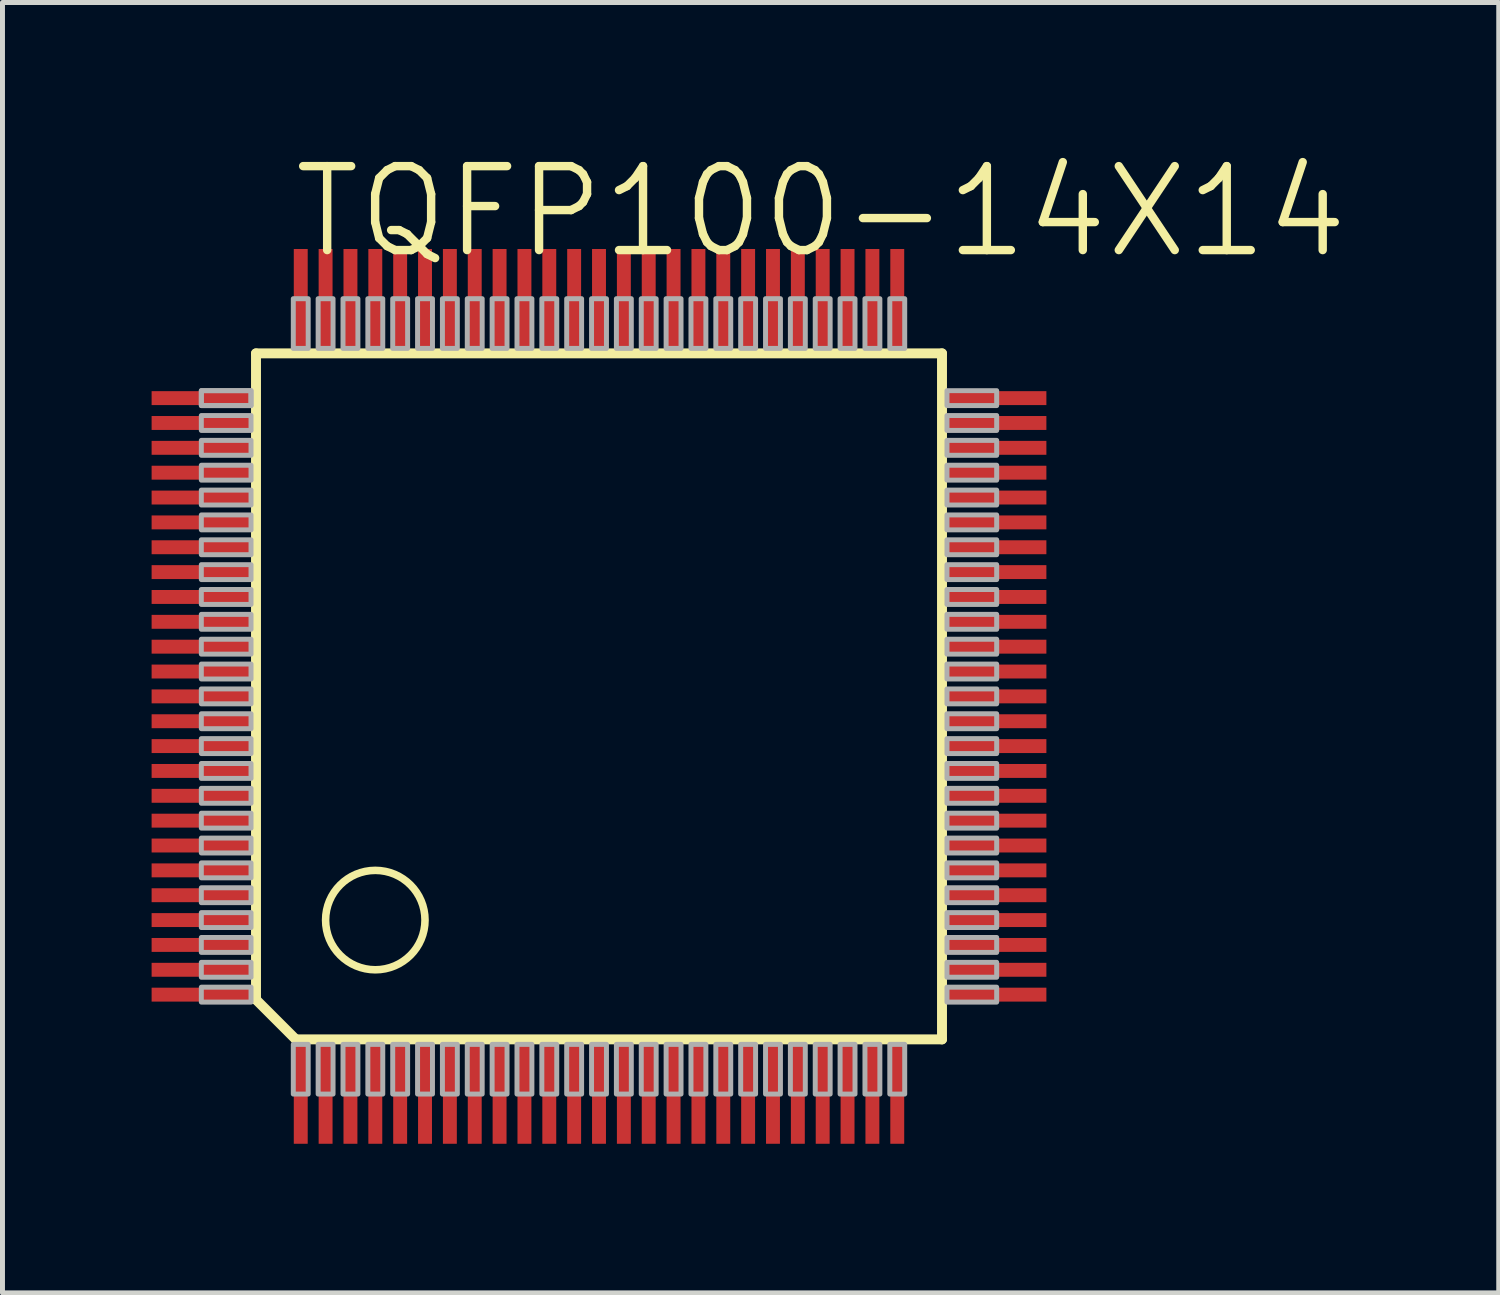
<source format=kicad_pcb>
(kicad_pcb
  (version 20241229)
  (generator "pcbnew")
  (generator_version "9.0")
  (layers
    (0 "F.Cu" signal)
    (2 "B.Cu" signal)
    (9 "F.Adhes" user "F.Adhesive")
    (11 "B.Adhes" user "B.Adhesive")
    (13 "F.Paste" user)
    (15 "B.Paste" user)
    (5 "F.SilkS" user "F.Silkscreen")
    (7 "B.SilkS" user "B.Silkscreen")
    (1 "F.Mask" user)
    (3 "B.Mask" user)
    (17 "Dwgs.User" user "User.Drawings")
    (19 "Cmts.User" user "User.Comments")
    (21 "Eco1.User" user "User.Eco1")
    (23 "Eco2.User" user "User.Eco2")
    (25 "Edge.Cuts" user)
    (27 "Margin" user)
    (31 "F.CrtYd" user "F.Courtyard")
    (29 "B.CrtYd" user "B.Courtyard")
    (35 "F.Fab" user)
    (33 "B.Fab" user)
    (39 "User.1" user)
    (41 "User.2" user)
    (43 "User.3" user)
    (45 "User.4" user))
  (footprint "TQFP100-14X14"
    (layer "F.Cu")
    (at 9 10.959)
    (property "Reference" "TQFP100-14X14" (at -6.223 -8.763 0) (layer "F.SilkS") (effects (font (size 1.689 1.689) (thickness 0.169)) (justify left bottom)))
    (attr through_hole)
    (fp_line (start -6.9 -6.9) (end 6.9 -6.9) (stroke (width 0.2) (type solid)) (layer "F.SilkS"))
    (fp_line (start -6.9 6.1) (end -6.9 -6.9) (stroke (width 0.2) (type solid)) (layer "F.SilkS"))
    (fp_line (start -6.1 6.9) (end -6.9 6.1) (stroke (width 0.2) (type solid)) (layer "F.SilkS"))
    (fp_line (start 6.9 -6.9) (end 6.9 6.9) (stroke (width 0.2) (type solid)) (layer "F.SilkS"))
    (fp_line (start 6.9 6.9) (end -6.1 6.9) (stroke (width 0.2) (type solid)) (layer "F.SilkS"))
    (fp_circle (center -4.5 4.5) (end -3.5 4.5) (stroke (width 0.152) (type solid)) (fill no) (layer "F.SilkS"))
    (fp_poly (pts (xy -8 -5.85) (xy -7 -5.85) (xy -7 -6.15) (xy -8 -6.15)) (stroke (width 0.1) (type solid)) (fill no) (layer "F.Fab"))
    (fp_poly (pts (xy -8 -5.85) (xy -7 -5.85) (xy -7 -6.15) (xy -8 -6.15)) (stroke (width 0.1) (type solid)) (fill no) (layer "F.Fab"))
    (fp_poly (pts (xy -8 -5.35) (xy -7 -5.35) (xy -7 -5.65) (xy -8 -5.65)) (stroke (width 0.1) (type solid)) (fill no) (layer "F.Fab"))
    (fp_poly (pts (xy -8 -4.85) (xy -7 -4.85) (xy -7 -5.15) (xy -8 -5.15)) (stroke (width 0.1) (type solid)) (fill no) (layer "F.Fab"))
    (fp_poly (pts (xy -8 -4.35) (xy -7 -4.35) (xy -7 -4.65) (xy -8 -4.65)) (stroke (width 0.1) (type solid)) (fill no) (layer "F.Fab"))
    (fp_poly (pts (xy -8 -3.85) (xy -7 -3.85) (xy -7 -4.15) (xy -8 -4.15)) (stroke (width 0.1) (type solid)) (fill no) (layer "F.Fab"))
    (fp_poly (pts (xy -8 -3.35) (xy -7 -3.35) (xy -7 -3.65) (xy -8 -3.65)) (stroke (width 0.1) (type solid)) (fill no) (layer "F.Fab"))
    (fp_poly (pts (xy -8 -2.85) (xy -7 -2.85) (xy -7 -3.15) (xy -8 -3.15)) (stroke (width 0.1) (type solid)) (fill no) (layer "F.Fab"))
    (fp_poly (pts (xy -8 -2.35) (xy -7 -2.35) (xy -7 -2.65) (xy -8 -2.65)) (stroke (width 0.1) (type solid)) (fill no) (layer "F.Fab"))
    (fp_poly (pts (xy -8 -1.85) (xy -7 -1.85) (xy -7 -2.15) (xy -8 -2.15)) (stroke (width 0.1) (type solid)) (fill no) (layer "F.Fab"))
    (fp_poly (pts (xy -8 -1.35) (xy -7 -1.35) (xy -7 -1.65) (xy -8 -1.65)) (stroke (width 0.1) (type solid)) (fill no) (layer "F.Fab"))
    (fp_poly (pts (xy -8 -0.85) (xy -7 -0.85) (xy -7 -1.15) (xy -8 -1.15)) (stroke (width 0.1) (type solid)) (fill no) (layer "F.Fab"))
    (fp_poly (pts (xy -8 -0.35) (xy -7 -0.35) (xy -7 -0.65) (xy -8 -0.65)) (stroke (width 0.1) (type solid)) (fill no) (layer "F.Fab"))
    (fp_poly (pts (xy -8 0.15) (xy -7 0.15) (xy -7 -0.15) (xy -8 -0.15)) (stroke (width 0.1) (type solid)) (fill no) (layer "F.Fab"))
    (fp_poly (pts (xy -8 0.65) (xy -7 0.65) (xy -7 0.35) (xy -8 0.35)) (stroke (width 0.1) (type solid)) (fill no) (layer "F.Fab"))
    (fp_poly (pts (xy -8 1.15) (xy -7 1.15) (xy -7 0.85) (xy -8 0.85)) (stroke (width 0.1) (type solid)) (fill no) (layer "F.Fab"))
    (fp_poly (pts (xy -8 1.65) (xy -7 1.65) (xy -7 1.35) (xy -8 1.35)) (stroke (width 0.1) (type solid)) (fill no) (layer "F.Fab"))
    (fp_poly (pts (xy -8 2.15) (xy -7 2.15) (xy -7 1.85) (xy -8 1.85)) (stroke (width 0.1) (type solid)) (fill no) (layer "F.Fab"))
    (fp_poly (pts (xy -8 2.65) (xy -7 2.65) (xy -7 2.35) (xy -8 2.35)) (stroke (width 0.1) (type solid)) (fill no) (layer "F.Fab"))
    (fp_poly (pts (xy -8 3.15) (xy -7 3.15) (xy -7 2.85) (xy -8 2.85)) (stroke (width 0.1) (type solid)) (fill no) (layer "F.Fab"))
    (fp_poly (pts (xy -8 3.65) (xy -7 3.65) (xy -7 3.35) (xy -8 3.35)) (stroke (width 0.1) (type solid)) (fill no) (layer "F.Fab"))
    (fp_poly (pts (xy -8 4.15) (xy -7 4.15) (xy -7 3.85) (xy -8 3.85)) (stroke (width 0.1) (type solid)) (fill no) (layer "F.Fab"))
    (fp_poly (pts (xy -8 4.65) (xy -7 4.65) (xy -7 4.35) (xy -8 4.35)) (stroke (width 0.1) (type solid)) (fill no) (layer "F.Fab"))
    (fp_poly (pts (xy -8 5.15) (xy -7 5.15) (xy -7 4.85) (xy -8 4.85)) (stroke (width 0.1) (type solid)) (fill no) (layer "F.Fab"))
    (fp_poly (pts (xy -8 5.65) (xy -7 5.65) (xy -7 5.35) (xy -8 5.35)) (stroke (width 0.1) (type solid)) (fill no) (layer "F.Fab"))
    (fp_poly (pts (xy -8 6.15) (xy -7 6.15) (xy -7 5.85) (xy -8 5.85)) (stroke (width 0.1) (type solid)) (fill no) (layer "F.Fab"))
    (fp_poly (pts (xy -6.15 -7) (xy -5.85 -7) (xy -5.85 -8) (xy -6.15 -8)) (stroke (width 0.1) (type solid)) (fill no) (layer "F.Fab"))
    (fp_poly (pts (xy -6.15 8) (xy -5.85 8) (xy -5.85 7) (xy -6.15 7)) (stroke (width 0.1) (type solid)) (fill no) (layer "F.Fab"))
    (fp_poly (pts (xy -5.65 -7) (xy -5.35 -7) (xy -5.35 -8) (xy -5.65 -8)) (stroke (width 0.1) (type solid)) (fill no) (layer "F.Fab"))
    (fp_poly (pts (xy -5.65 8) (xy -5.35 8) (xy -5.35 7) (xy -5.65 7)) (stroke (width 0.1) (type solid)) (fill no) (layer "F.Fab"))
    (fp_poly (pts (xy -5.15 -7) (xy -4.85 -7) (xy -4.85 -8) (xy -5.15 -8)) (stroke (width 0.1) (type solid)) (fill no) (layer "F.Fab"))
    (fp_poly (pts (xy -5.15 8) (xy -4.85 8) (xy -4.85 7) (xy -5.15 7)) (stroke (width 0.1) (type solid)) (fill no) (layer "F.Fab"))
    (fp_poly (pts (xy -4.65 -7) (xy -4.35 -7) (xy -4.35 -8) (xy -4.65 -8)) (stroke (width 0.1) (type solid)) (fill no) (layer "F.Fab"))
    (fp_poly (pts (xy -4.65 8) (xy -4.35 8) (xy -4.35 7) (xy -4.65 7)) (stroke (width 0.1) (type solid)) (fill no) (layer "F.Fab"))
    (fp_poly (pts (xy -4.15 -7) (xy -3.85 -7) (xy -3.85 -8) (xy -4.15 -8)) (stroke (width 0.1) (type solid)) (fill no) (layer "F.Fab"))
    (fp_poly (pts (xy -4.15 8) (xy -3.85 8) (xy -3.85 7) (xy -4.15 7)) (stroke (width 0.1) (type solid)) (fill no) (layer "F.Fab"))
    (fp_poly (pts (xy -3.65 -7) (xy -3.35 -7) (xy -3.35 -8) (xy -3.65 -8)) (stroke (width 0.1) (type solid)) (fill no) (layer "F.Fab"))
    (fp_poly (pts (xy -3.65 8) (xy -3.35 8) (xy -3.35 7) (xy -3.65 7)) (stroke (width 0.1) (type solid)) (fill no) (layer "F.Fab"))
    (fp_poly (pts (xy -3.15 -7) (xy -2.85 -7) (xy -2.85 -8) (xy -3.15 -8)) (stroke (width 0.1) (type solid)) (fill no) (layer "F.Fab"))
    (fp_poly (pts (xy -3.15 8) (xy -2.85 8) (xy -2.85 7) (xy -3.15 7)) (stroke (width 0.1) (type solid)) (fill no) (layer "F.Fab"))
    (fp_poly (pts (xy -2.65 -7) (xy -2.35 -7) (xy -2.35 -8) (xy -2.65 -8)) (stroke (width 0.1) (type solid)) (fill no) (layer "F.Fab"))
    (fp_poly (pts (xy -2.65 8) (xy -2.35 8) (xy -2.35 7) (xy -2.65 7)) (stroke (width 0.1) (type solid)) (fill no) (layer "F.Fab"))
    (fp_poly (pts (xy -2.15 -7) (xy -1.85 -7) (xy -1.85 -8) (xy -2.15 -8)) (stroke (width 0.1) (type solid)) (fill no) (layer "F.Fab"))
    (fp_poly (pts (xy -2.15 8) (xy -1.85 8) (xy -1.85 7) (xy -2.15 7)) (stroke (width 0.1) (type solid)) (fill no) (layer "F.Fab"))
    (fp_poly (pts (xy -1.65 -7) (xy -1.35 -7) (xy -1.35 -8) (xy -1.65 -8)) (stroke (width 0.1) (type solid)) (fill no) (layer "F.Fab"))
    (fp_poly (pts (xy -1.65 8) (xy -1.35 8) (xy -1.35 7) (xy -1.65 7)) (stroke (width 0.1) (type solid)) (fill no) (layer "F.Fab"))
    (fp_poly (pts (xy -1.15 -7) (xy -0.85 -7) (xy -0.85 -8) (xy -1.15 -8)) (stroke (width 0.1) (type solid)) (fill no) (layer "F.Fab"))
    (fp_poly (pts (xy -1.15 8) (xy -0.85 8) (xy -0.85 7) (xy -1.15 7)) (stroke (width 0.1) (type solid)) (fill no) (layer "F.Fab"))
    (fp_poly (pts (xy -0.65 -7) (xy -0.35 -7) (xy -0.35 -8) (xy -0.65 -8)) (stroke (width 0.1) (type solid)) (fill no) (layer "F.Fab"))
    (fp_poly (pts (xy -0.65 8) (xy -0.35 8) (xy -0.35 7) (xy -0.65 7)) (stroke (width 0.1) (type solid)) (fill no) (layer "F.Fab"))
    (fp_poly (pts (xy -0.15 -7) (xy 0.15 -7) (xy 0.15 -8) (xy -0.15 -8)) (stroke (width 0.1) (type solid)) (fill no) (layer "F.Fab"))
    (fp_poly (pts (xy -0.15 8) (xy 0.15 8) (xy 0.15 7) (xy -0.15 7)) (stroke (width 0.1) (type solid)) (fill no) (layer "F.Fab"))
    (fp_poly (pts (xy 0.35 -7) (xy 0.65 -7) (xy 0.65 -8) (xy 0.35 -8)) (stroke (width 0.1) (type solid)) (fill no) (layer "F.Fab"))
    (fp_poly (pts (xy 0.35 8) (xy 0.65 8) (xy 0.65 7) (xy 0.35 7)) (stroke (width 0.1) (type solid)) (fill no) (layer "F.Fab"))
    (fp_poly (pts (xy 0.85 -7) (xy 1.15 -7) (xy 1.15 -8) (xy 0.85 -8)) (stroke (width 0.1) (type solid)) (fill no) (layer "F.Fab"))
    (fp_poly (pts (xy 0.85 8) (xy 1.15 8) (xy 1.15 7) (xy 0.85 7)) (stroke (width 0.1) (type solid)) (fill no) (layer "F.Fab"))
    (fp_poly (pts (xy 1.35 -7) (xy 1.65 -7) (xy 1.65 -8) (xy 1.35 -8)) (stroke (width 0.1) (type solid)) (fill no) (layer "F.Fab"))
    (fp_poly (pts (xy 1.35 8) (xy 1.65 8) (xy 1.65 7) (xy 1.35 7)) (stroke (width 0.1) (type solid)) (fill no) (layer "F.Fab"))
    (fp_poly (pts (xy 1.85 -7) (xy 2.15 -7) (xy 2.15 -8) (xy 1.85 -8)) (stroke (width 0.1) (type solid)) (fill no) (layer "F.Fab"))
    (fp_poly (pts (xy 1.85 8) (xy 2.15 8) (xy 2.15 7) (xy 1.85 7)) (stroke (width 0.1) (type solid)) (fill no) (layer "F.Fab"))
    (fp_poly (pts (xy 2.35 -7) (xy 2.65 -7) (xy 2.65 -8) (xy 2.35 -8)) (stroke (width 0.1) (type solid)) (fill no) (layer "F.Fab"))
    (fp_poly (pts (xy 2.35 8) (xy 2.65 8) (xy 2.65 7) (xy 2.35 7)) (stroke (width 0.1) (type solid)) (fill no) (layer "F.Fab"))
    (fp_poly (pts (xy 2.85 -7) (xy 3.15 -7) (xy 3.15 -8) (xy 2.85 -8)) (stroke (width 0.1) (type solid)) (fill no) (layer "F.Fab"))
    (fp_poly (pts (xy 2.85 8) (xy 3.15 8) (xy 3.15 7) (xy 2.85 7)) (stroke (width 0.1) (type solid)) (fill no) (layer "F.Fab"))
    (fp_poly (pts (xy 3.35 -7) (xy 3.65 -7) (xy 3.65 -8) (xy 3.35 -8)) (stroke (width 0.1) (type solid)) (fill no) (layer "F.Fab"))
    (fp_poly (pts (xy 3.35 8) (xy 3.65 8) (xy 3.65 7) (xy 3.35 7)) (stroke (width 0.1) (type solid)) (fill no) (layer "F.Fab"))
    (fp_poly (pts (xy 3.85 -7) (xy 4.15 -7) (xy 4.15 -8) (xy 3.85 -8)) (stroke (width 0.1) (type solid)) (fill no) (layer "F.Fab"))
    (fp_poly (pts (xy 3.85 8) (xy 4.15 8) (xy 4.15 7) (xy 3.85 7)) (stroke (width 0.1) (type solid)) (fill no) (layer "F.Fab"))
    (fp_poly (pts (xy 4.35 -7) (xy 4.65 -7) (xy 4.65 -8) (xy 4.35 -8)) (stroke (width 0.1) (type solid)) (fill no) (layer "F.Fab"))
    (fp_poly (pts (xy 4.35 8) (xy 4.65 8) (xy 4.65 7) (xy 4.35 7)) (stroke (width 0.1) (type solid)) (fill no) (layer "F.Fab"))
    (fp_poly (pts (xy 4.85 -7) (xy 5.15 -7) (xy 5.15 -8) (xy 4.85 -8)) (stroke (width 0.1) (type solid)) (fill no) (layer "F.Fab"))
    (fp_poly (pts (xy 4.85 8) (xy 5.15 8) (xy 5.15 7) (xy 4.85 7)) (stroke (width 0.1) (type solid)) (fill no) (layer "F.Fab"))
    (fp_poly (pts (xy 5.35 -7) (xy 5.65 -7) (xy 5.65 -8) (xy 5.35 -8)) (stroke (width 0.1) (type solid)) (fill no) (layer "F.Fab"))
    (fp_poly (pts (xy 5.35 8) (xy 5.65 8) (xy 5.65 7) (xy 5.35 7)) (stroke (width 0.1) (type solid)) (fill no) (layer "F.Fab"))
    (fp_poly (pts (xy 5.85 -7) (xy 6.15 -7) (xy 6.15 -8) (xy 5.85 -8)) (stroke (width 0.1) (type solid)) (fill no) (layer "F.Fab"))
    (fp_poly (pts (xy 5.85 8) (xy 6.15 8) (xy 6.15 7) (xy 5.85 7)) (stroke (width 0.1) (type solid)) (fill no) (layer "F.Fab"))
    (fp_poly (pts (xy 7 -5.85) (xy 8 -5.85) (xy 8 -6.15) (xy 7 -6.15)) (stroke (width 0.1) (type solid)) (fill no) (layer "F.Fab"))
    (fp_poly (pts (xy 7 -5.35) (xy 8 -5.35) (xy 8 -5.65) (xy 7 -5.65)) (stroke (width 0.1) (type solid)) (fill no) (layer "F.Fab"))
    (fp_poly (pts (xy 7 -4.85) (xy 8 -4.85) (xy 8 -5.15) (xy 7 -5.15)) (stroke (width 0.1) (type solid)) (fill no) (layer "F.Fab"))
    (fp_poly (pts (xy 7 -4.35) (xy 8 -4.35) (xy 8 -4.65) (xy 7 -4.65)) (stroke (width 0.1) (type solid)) (fill no) (layer "F.Fab"))
    (fp_poly (pts (xy 7 -3.85) (xy 8 -3.85) (xy 8 -4.15) (xy 7 -4.15)) (stroke (width 0.1) (type solid)) (fill no) (layer "F.Fab"))
    (fp_poly (pts (xy 7 -3.35) (xy 8 -3.35) (xy 8 -3.65) (xy 7 -3.65)) (stroke (width 0.1) (type solid)) (fill no) (layer "F.Fab"))
    (fp_poly (pts (xy 7 -2.85) (xy 8 -2.85) (xy 8 -3.15) (xy 7 -3.15)) (stroke (width 0.1) (type solid)) (fill no) (layer "F.Fab"))
    (fp_poly (pts (xy 7 -2.35) (xy 8 -2.35) (xy 8 -2.65) (xy 7 -2.65)) (stroke (width 0.1) (type solid)) (fill no) (layer "F.Fab"))
    (fp_poly (pts (xy 7 -1.85) (xy 8 -1.85) (xy 8 -2.15) (xy 7 -2.15)) (stroke (width 0.1) (type solid)) (fill no) (layer "F.Fab"))
    (fp_poly (pts (xy 7 -1.35) (xy 8 -1.35) (xy 8 -1.65) (xy 7 -1.65)) (stroke (width 0.1) (type solid)) (fill no) (layer "F.Fab"))
    (fp_poly (pts (xy 7 -0.85) (xy 8 -0.85) (xy 8 -1.15) (xy 7 -1.15)) (stroke (width 0.1) (type solid)) (fill no) (layer "F.Fab"))
    (fp_poly (pts (xy 7 -0.35) (xy 8 -0.35) (xy 8 -0.65) (xy 7 -0.65)) (stroke (width 0.1) (type solid)) (fill no) (layer "F.Fab"))
    (fp_poly (pts (xy 7 0.15) (xy 8 0.15) (xy 8 -0.15) (xy 7 -0.15)) (stroke (width 0.1) (type solid)) (fill no) (layer "F.Fab"))
    (fp_poly (pts (xy 7 0.65) (xy 8 0.65) (xy 8 0.35) (xy 7 0.35)) (stroke (width 0.1) (type solid)) (fill no) (layer "F.Fab"))
    (fp_poly (pts (xy 7 1.15) (xy 8 1.15) (xy 8 0.85) (xy 7 0.85)) (stroke (width 0.1) (type solid)) (fill no) (layer "F.Fab"))
    (fp_poly (pts (xy 7 1.65) (xy 8 1.65) (xy 8 1.35) (xy 7 1.35)) (stroke (width 0.1) (type solid)) (fill no) (layer "F.Fab"))
    (fp_poly (pts (xy 7 2.15) (xy 8 2.15) (xy 8 1.85) (xy 7 1.85)) (stroke (width 0.1) (type solid)) (fill no) (layer "F.Fab"))
    (fp_poly (pts (xy 7 2.65) (xy 8 2.65) (xy 8 2.35) (xy 7 2.35)) (stroke (width 0.1) (type solid)) (fill no) (layer "F.Fab"))
    (fp_poly (pts (xy 7 3.15) (xy 8 3.15) (xy 8 2.85) (xy 7 2.85)) (stroke (width 0.1) (type solid)) (fill no) (layer "F.Fab"))
    (fp_poly (pts (xy 7 3.65) (xy 8 3.65) (xy 8 3.35) (xy 7 3.35)) (stroke (width 0.1) (type solid)) (fill no) (layer "F.Fab"))
    (fp_poly (pts (xy 7 4.15) (xy 8 4.15) (xy 8 3.85) (xy 7 3.85)) (stroke (width 0.1) (type solid)) (fill no) (layer "F.Fab"))
    (fp_poly (pts (xy 7 4.65) (xy 8 4.65) (xy 8 4.35) (xy 7 4.35)) (stroke (width 0.1) (type solid)) (fill no) (layer "F.Fab"))
    (fp_poly (pts (xy 7 5.15) (xy 8 5.15) (xy 8 4.85) (xy 7 4.85)) (stroke (width 0.1) (type solid)) (fill no) (layer "F.Fab"))
    (fp_poly (pts (xy 7 5.65) (xy 8 5.65) (xy 8 5.35) (xy 7 5.35)) (stroke (width 0.1) (type solid)) (fill no) (layer "F.Fab"))
    (fp_poly (pts (xy 7 6.15) (xy 8 6.15) (xy 8 5.85) (xy 7 5.85)) (stroke (width 0.1) (type solid)) (fill no) (layer "F.Fab"))
    (pad "1" smd rect (at -6 8) (size 0.28 2) (layers "F.Cu" "F.Mask" "F.Paste"))
    (pad "2" smd rect (at -5.5 8) (size 0.28 2) (layers "F.Cu" "F.Mask" "F.Paste"))
    (pad "3" smd rect (at -5 8) (size 0.28 2) (layers "F.Cu" "F.Mask" "F.Paste"))
    (pad "4" smd rect (at -4.5 8) (size 0.28 2) (layers "F.Cu" "F.Mask" "F.Paste"))
    (pad "5" smd rect (at -4 8) (size 0.28 2) (layers "F.Cu" "F.Mask" "F.Paste"))
    (pad "6" smd rect (at -3.5 8) (size 0.28 2) (layers "F.Cu" "F.Mask" "F.Paste"))
    (pad "7" smd rect (at -3 8) (size 0.28 2) (layers "F.Cu" "F.Mask" "F.Paste"))
    (pad "8" smd rect (at -2.5 8) (size 0.28 2) (layers "F.Cu" "F.Mask" "F.Paste"))
    (pad "9" smd rect (at -2 8) (size 0.28 2) (layers "F.Cu" "F.Mask" "F.Paste"))
    (pad "10" smd rect (at -1.5 8) (size 0.28 2) (layers "F.Cu" "F.Mask" "F.Paste"))
    (pad "11" smd rect (at -1 8) (size 0.28 2) (layers "F.Cu" "F.Mask" "F.Paste"))
    (pad "12" smd rect (at -0.5 8) (size 0.28 2) (layers "F.Cu" "F.Mask" "F.Paste"))
    (pad "13" smd rect (at 0 8) (size 0.28 2) (layers "F.Cu" "F.Mask" "F.Paste"))
    (pad "14" smd rect (at 0.5 8) (size 0.28 2) (layers "F.Cu" "F.Mask" "F.Paste"))
    (pad "15" smd rect (at 1 8) (size 0.28 2) (layers "F.Cu" "F.Mask" "F.Paste"))
    (pad "16" smd rect (at 1.5 8) (size 0.28 2) (layers "F.Cu" "F.Mask" "F.Paste"))
    (pad "17" smd rect (at 2 8) (size 0.28 2) (layers "F.Cu" "F.Mask" "F.Paste"))
    (pad "18" smd rect (at 2.5 8) (size 0.28 2) (layers "F.Cu" "F.Mask" "F.Paste"))
    (pad "19" smd rect (at 3 8) (size 0.28 2) (layers "F.Cu" "F.Mask" "F.Paste"))
    (pad "20" smd rect (at 3.5 8) (size 0.28 2) (layers "F.Cu" "F.Mask" "F.Paste"))
    (pad "21" smd rect (at 4 8) (size 0.28 2) (layers "F.Cu" "F.Mask" "F.Paste"))
    (pad "22" smd rect (at 4.5 8) (size 0.28 2) (layers "F.Cu" "F.Mask" "F.Paste"))
    (pad "23" smd rect (at 5 8) (size 0.28 2) (layers "F.Cu" "F.Mask" "F.Paste"))
    (pad "24" smd rect (at 5.5 8) (size 0.28 2) (layers "F.Cu" "F.Mask" "F.Paste"))
    (pad "25" smd rect (at 6 8) (size 0.28 2) (layers "F.Cu" "F.Mask" "F.Paste"))
    (pad "26" smd rect (at 8 6) (size 2 0.28) (layers "F.Cu" "F.Mask" "F.Paste"))
    (pad "27" smd rect (at 8 5.5) (size 2 0.28) (layers "F.Cu" "F.Mask" "F.Paste"))
    (pad "28" smd rect (at 8 5) (size 2 0.28) (layers "F.Cu" "F.Mask" "F.Paste"))
    (pad "29" smd rect (at 8 4.5) (size 2 0.28) (layers "F.Cu" "F.Mask" "F.Paste"))
    (pad "30" smd rect (at 8 4) (size 2 0.28) (layers "F.Cu" "F.Mask" "F.Paste"))
    (pad "31" smd rect (at 8 3.5) (size 2 0.28) (layers "F.Cu" "F.Mask" "F.Paste"))
    (pad "32" smd rect (at 8 3) (size 2 0.28) (layers "F.Cu" "F.Mask" "F.Paste"))
    (pad "33" smd rect (at 8 2.5) (size 2 0.28) (layers "F.Cu" "F.Mask" "F.Paste"))
    (pad "34" smd rect (at 8 2) (size 2 0.28) (layers "F.Cu" "F.Mask" "F.Paste"))
    (pad "35" smd rect (at 8 1.5) (size 2 0.28) (layers "F.Cu" "F.Mask" "F.Paste"))
    (pad "36" smd rect (at 8 1) (size 2 0.28) (layers "F.Cu" "F.Mask" "F.Paste"))
    (pad "37" smd rect (at 8 0.5) (size 2 0.28) (layers "F.Cu" "F.Mask" "F.Paste"))
    (pad "38" smd rect (at 8 0) (size 2 0.28) (layers "F.Cu" "F.Mask" "F.Paste"))
    (pad "39" smd rect (at 8 -0.5) (size 2 0.28) (layers "F.Cu" "F.Mask" "F.Paste"))
    (pad "40" smd rect (at 8 -1) (size 2 0.28) (layers "F.Cu" "F.Mask" "F.Paste"))
    (pad "41" smd rect (at 8 -1.5) (size 2 0.28) (layers "F.Cu" "F.Mask" "F.Paste"))
    (pad "42" smd rect (at 8 -2) (size 2 0.28) (layers "F.Cu" "F.Mask" "F.Paste"))
    (pad "43" smd rect (at 8 -2.5) (size 2 0.28) (layers "F.Cu" "F.Mask" "F.Paste"))
    (pad "44" smd rect (at 8 -3) (size 2 0.28) (layers "F.Cu" "F.Mask" "F.Paste"))
    (pad "45" smd rect (at 8 -3.5) (size 2 0.28) (layers "F.Cu" "F.Mask" "F.Paste"))
    (pad "46" smd rect (at 8 -4) (size 2 0.28) (layers "F.Cu" "F.Mask" "F.Paste"))
    (pad "47" smd rect (at 8 -4.5) (size 2 0.28) (layers "F.Cu" "F.Mask" "F.Paste"))
    (pad "48" smd rect (at 8 -5) (size 2 0.28) (layers "F.Cu" "F.Mask" "F.Paste"))
    (pad "49" smd rect (at 8 -5.5) (size 2 0.28) (layers "F.Cu" "F.Mask" "F.Paste"))
    (pad "50" smd rect (at 8 -6) (size 2 0.28) (layers "F.Cu" "F.Mask" "F.Paste"))
    (pad "51" smd rect (at 6 -8) (size 0.28 2) (layers "F.Cu" "F.Mask" "F.Paste"))
    (pad "52" smd rect (at 5.5 -8) (size 0.28 2) (layers "F.Cu" "F.Mask" "F.Paste"))
    (pad "53" smd rect (at 5 -8) (size 0.28 2) (layers "F.Cu" "F.Mask" "F.Paste"))
    (pad "54" smd rect (at 4.5 -8) (size 0.28 2) (layers "F.Cu" "F.Mask" "F.Paste"))
    (pad "55" smd rect (at 4 -8) (size 0.28 2) (layers "F.Cu" "F.Mask" "F.Paste"))
    (pad "56" smd rect (at 3.5 -8) (size 0.28 2) (layers "F.Cu" "F.Mask" "F.Paste"))
    (pad "57" smd rect (at 3 -8) (size 0.28 2) (layers "F.Cu" "F.Mask" "F.Paste"))
    (pad "58" smd rect (at 2.5 -8) (size 0.28 2) (layers "F.Cu" "F.Mask" "F.Paste"))
    (pad "59" smd rect (at 2 -8) (size 0.28 2) (layers "F.Cu" "F.Mask" "F.Paste"))
    (pad "60" smd rect (at 1.5 -8) (size 0.28 2) (layers "F.Cu" "F.Mask" "F.Paste"))
    (pad "61" smd rect (at 1 -8) (size 0.28 2) (layers "F.Cu" "F.Mask" "F.Paste"))
    (pad "62" smd rect (at 0.5 -8) (size 0.28 2) (layers "F.Cu" "F.Mask" "F.Paste"))
    (pad "63" smd rect (at 0 -8) (size 0.28 2) (layers "F.Cu" "F.Mask" "F.Paste"))
    (pad "64" smd rect (at -0.5 -8) (size 0.28 2) (layers "F.Cu" "F.Mask" "F.Paste"))
    (pad "65" smd rect (at -1 -8) (size 0.28 2) (layers "F.Cu" "F.Mask" "F.Paste"))
    (pad "66" smd rect (at -1.5 -8) (size 0.28 2) (layers "F.Cu" "F.Mask" "F.Paste"))
    (pad "67" smd rect (at -2 -8) (size 0.28 2) (layers "F.Cu" "F.Mask" "F.Paste"))
    (pad "68" smd rect (at -2.5 -8) (size 0.28 2) (layers "F.Cu" "F.Mask" "F.Paste"))
    (pad "69" smd rect (at -3 -8) (size 0.28 2) (layers "F.Cu" "F.Mask" "F.Paste"))
    (pad "70" smd rect (at -3.5 -8) (size 0.28 2) (layers "F.Cu" "F.Mask" "F.Paste"))
    (pad "71" smd rect (at -4 -8) (size 0.28 2) (layers "F.Cu" "F.Mask" "F.Paste"))
    (pad "72" smd rect (at -4.5 -8) (size 0.28 2) (layers "F.Cu" "F.Mask" "F.Paste"))
    (pad "73" smd rect (at -5 -8) (size 0.28 2) (layers "F.Cu" "F.Mask" "F.Paste"))
    (pad "74" smd rect (at -5.5 -8) (size 0.28 2) (layers "F.Cu" "F.Mask" "F.Paste"))
    (pad "75" smd rect (at -6 -8) (size 0.28 2) (layers "F.Cu" "F.Mask" "F.Paste"))
    (pad "76" smd rect (at -8 -6) (size 2 0.28) (layers "F.Cu" "F.Mask" "F.Paste"))
    (pad "77" smd rect (at -8 -5.5) (size 2 0.28) (layers "F.Cu" "F.Mask" "F.Paste"))
    (pad "78" smd rect (at -8 -5) (size 2 0.28) (layers "F.Cu" "F.Mask" "F.Paste"))
    (pad "79" smd rect (at -8 -4.5) (size 2 0.28) (layers "F.Cu" "F.Mask" "F.Paste"))
    (pad "80" smd rect (at -8 -4) (size 2 0.28) (layers "F.Cu" "F.Mask" "F.Paste"))
    (pad "81" smd rect (at -8 -3.5) (size 2 0.28) (layers "F.Cu" "F.Mask" "F.Paste"))
    (pad "82" smd rect (at -8 -3) (size 2 0.28) (layers "F.Cu" "F.Mask" "F.Paste"))
    (pad "83" smd rect (at -8 -2.5) (size 2 0.28) (layers "F.Cu" "F.Mask" "F.Paste"))
    (pad "84" smd rect (at -8 -2) (size 2 0.28) (layers "F.Cu" "F.Mask" "F.Paste"))
    (pad "85" smd rect (at -8 -1.5) (size 2 0.28) (layers "F.Cu" "F.Mask" "F.Paste"))
    (pad "86" smd rect (at -8 -1) (size 2 0.28) (layers "F.Cu" "F.Mask" "F.Paste"))
    (pad "87" smd rect (at -8 -0.5) (size 2 0.28) (layers "F.Cu" "F.Mask" "F.Paste"))
    (pad "88" smd rect (at -8 0) (size 2 0.28) (layers "F.Cu" "F.Mask" "F.Paste"))
    (pad "89" smd rect (at -8 0.5) (size 2 0.28) (layers "F.Cu" "F.Mask" "F.Paste"))
    (pad "90" smd rect (at -8 1) (size 2 0.28) (layers "F.Cu" "F.Mask" "F.Paste"))
    (pad "91" smd rect (at -8 1.5) (size 2 0.28) (layers "F.Cu" "F.Mask" "F.Paste"))
    (pad "92" smd rect (at -8 2) (size 2 0.28) (layers "F.Cu" "F.Mask" "F.Paste"))
    (pad "93" smd rect (at -8 2.5) (size 2 0.28) (layers "F.Cu" "F.Mask" "F.Paste"))
    (pad "94" smd rect (at -8 3) (size 2 0.28) (layers "F.Cu" "F.Mask" "F.Paste"))
    (pad "95" smd rect (at -8 3.5) (size 2 0.28) (layers "F.Cu" "F.Mask" "F.Paste"))
    (pad "96" smd rect (at -8 4) (size 2 0.28) (layers "F.Cu" "F.Mask" "F.Paste"))
    (pad "97" smd rect (at -8 4.5) (size 2 0.28) (layers "F.Cu" "F.Mask" "F.Paste"))
    (pad "98" smd rect (at -8 5) (size 2 0.28) (layers "F.Cu" "F.Mask" "F.Paste"))
    (pad "99" smd rect (at -8 5.5) (size 2 0.28) (layers "F.Cu" "F.Mask" "F.Paste"))
    (pad "100" smd rect (at -8 6) (size 2 0.28) (layers "F.Cu" "F.Mask" "F.Paste")))
  (gr_rect
    (start -3 -3)
    (end 27.1 22.959)
    (stroke (width 0.1) (type default))
    (fill no)
    (layer "Edge.Cuts")))
</source>
